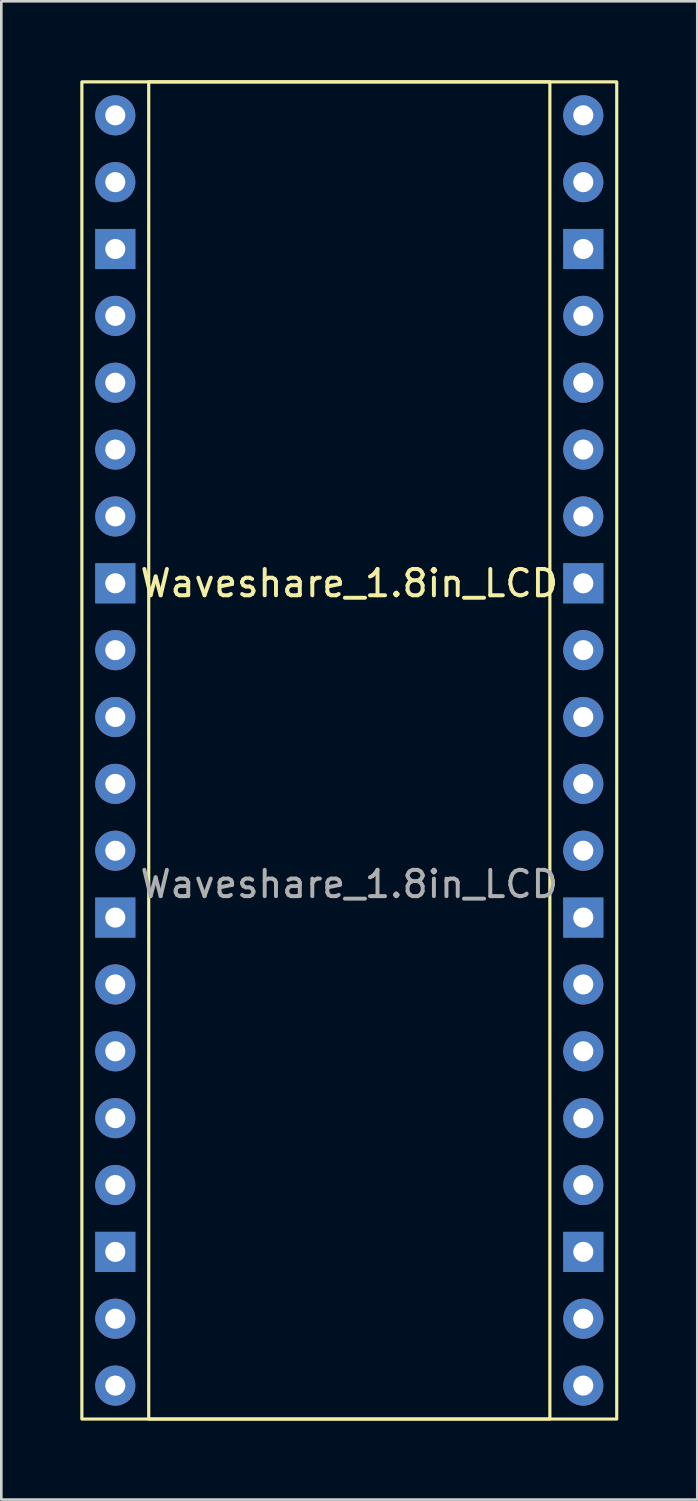
<source format=kicad_pcb>
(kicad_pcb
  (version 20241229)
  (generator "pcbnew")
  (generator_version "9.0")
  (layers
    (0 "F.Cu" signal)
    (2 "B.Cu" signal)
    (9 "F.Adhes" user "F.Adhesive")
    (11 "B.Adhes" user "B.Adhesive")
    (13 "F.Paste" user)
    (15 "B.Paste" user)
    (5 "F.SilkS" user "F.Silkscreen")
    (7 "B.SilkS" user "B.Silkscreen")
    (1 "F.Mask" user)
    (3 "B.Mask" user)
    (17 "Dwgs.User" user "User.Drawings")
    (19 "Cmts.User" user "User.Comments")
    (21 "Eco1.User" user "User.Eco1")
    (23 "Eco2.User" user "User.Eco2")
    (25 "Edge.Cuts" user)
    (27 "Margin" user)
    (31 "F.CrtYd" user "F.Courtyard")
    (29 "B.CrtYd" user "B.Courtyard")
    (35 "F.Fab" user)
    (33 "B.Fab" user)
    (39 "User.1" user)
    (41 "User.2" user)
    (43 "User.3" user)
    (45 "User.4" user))
  (footprint "Waveshare_1.8in_LCD"
    (layer "F.Cu")
    (at 10.22 24.19)
    (property "Reference" "Waveshare_1.8in_LCD" (at 0 -5.08 0) (unlocked yes) (layer "F.SilkS") (effects (font (size 1 1) (thickness 0.15))))
    (attr through_hole)
    (fp_rect (start -10.16 -24.13) (end 10.16 26.67) (stroke (width 0.12) (type solid)) (fill no) (layer "F.SilkS"))
    (fp_rect (start 7.62 -24.13) (end -7.62 26.67) (stroke (width 0.12) (type solid)) (fill no) (layer "F.SilkS"))
    (fp_text user "${REFERENCE}" (at 0 6.35 0) (unlocked yes) (layer "F.Fab") (effects (font (size 1 1) (thickness 0.15))))
    (pad "1" thru_hole circle (at -8.89 -22.86) (size 1.524 1.524) (drill 0.762) (layers "*.Cu" "*.Mask"))
    (pad "2" thru_hole circle (at -8.89 -20.32) (size 1.524 1.524) (drill 0.762) (layers "*.Cu" "*.Mask"))
    (pad "3" thru_hole rect (at -8.89 -17.78) (size 1.524 1.524) (drill 0.762) (layers "*.Cu" "*.Mask"))
    (pad "4" thru_hole circle (at -8.89 -15.24) (size 1.524 1.524) (drill 0.762) (layers "*.Cu" "*.Mask"))
    (pad "5" thru_hole circle (at -8.89 -12.7) (size 1.524 1.524) (drill 0.762) (layers "*.Cu" "*.Mask"))
    (pad "6" thru_hole circle (at -8.89 -7.62) (size 1.524 1.524) (drill 0.762) (layers "*.Cu" "*.Mask"))
    (pad "7" thru_hole circle (at -8.89 -10.16) (size 1.524 1.524) (drill 0.762) (layers "*.Cu" "*.Mask"))
    (pad "8" thru_hole rect (at -8.89 -5.08) (size 1.524 1.524) (drill 0.762) (layers "*.Cu" "*.Mask"))
    (pad "9" thru_hole circle (at -8.89 -2.54) (size 1.524 1.524) (drill 0.762) (layers "*.Cu" "*.Mask"))
    (pad "10" thru_hole circle (at -8.89 0) (size 1.524 1.524) (drill 0.762) (layers "*.Cu" "*.Mask"))
    (pad "11" thru_hole circle (at -8.89 2.54) (size 1.524 1.524) (drill 0.762) (layers "*.Cu" "*.Mask"))
    (pad "12" thru_hole circle (at -8.89 5.08) (size 1.524 1.524) (drill 0.762) (layers "*.Cu" "*.Mask"))
    (pad "13" thru_hole rect (at -8.89 7.62) (size 1.524 1.524) (drill 0.762) (layers "*.Cu" "*.Mask"))
    (pad "14" thru_hole circle (at -8.89 10.16) (size 1.524 1.524) (drill 0.762) (layers "*.Cu" "*.Mask"))
    (pad "15" thru_hole circle (at -8.89 12.7) (size 1.524 1.524) (drill 0.762) (layers "*.Cu" "*.Mask"))
    (pad "16" thru_hole circle (at -8.89 15.24) (size 1.524 1.524) (drill 0.762) (layers "*.Cu" "*.Mask"))
    (pad "17" thru_hole circle (at -8.89 17.78) (size 1.524 1.524) (drill 0.762) (layers "*.Cu" "*.Mask"))
    (pad "18" thru_hole rect (at -8.89 20.32) (size 1.524 1.524) (drill 0.762) (layers "*.Cu" "*.Mask"))
    (pad "19" thru_hole circle (at -8.89 22.86) (size 1.524 1.524) (drill 0.762) (layers "*.Cu" "*.Mask"))
    (pad "20" thru_hole circle (at -8.89 25.4) (size 1.524 1.524) (drill 0.762) (layers "*.Cu" "*.Mask"))
    (pad "21" thru_hole circle (at 8.89 25.4) (size 1.524 1.524) (drill 0.762) (layers "*.Cu" "*.Mask"))
    (pad "22" thru_hole circle (at 8.89 22.86) (size 1.524 1.524) (drill 0.762) (layers "*.Cu" "*.Mask"))
    (pad "23" thru_hole rect (at 8.89 20.32) (size 1.524 1.524) (drill 0.762) (layers "*.Cu" "*.Mask"))
    (pad "24" thru_hole circle (at 8.89 17.78) (size 1.524 1.524) (drill 0.762) (layers "*.Cu" "*.Mask"))
    (pad "25" thru_hole circle (at 8.89 15.24) (size 1.524 1.524) (drill 0.762) (layers "*.Cu" "*.Mask"))
    (pad "26" thru_hole circle (at 8.89 12.7) (size 1.524 1.524) (drill 0.762) (layers "*.Cu" "*.Mask"))
    (pad "27" thru_hole circle (at 8.89 10.16) (size 1.524 1.524) (drill 0.762) (layers "*.Cu" "*.Mask"))
    (pad "28" thru_hole rect (at 8.89 7.62) (size 1.524 1.524) (drill 0.762) (layers "*.Cu" "*.Mask"))
    (pad "29" thru_hole circle (at 8.89 5.08) (size 1.524 1.524) (drill 0.762) (layers "*.Cu" "*.Mask"))
    (pad "30" thru_hole circle (at 8.89 2.54) (size 1.524 1.524) (drill 0.762) (layers "*.Cu" "*.Mask"))
    (pad "31" thru_hole circle (at 8.89 0) (size 1.524 1.524) (drill 0.762) (layers "*.Cu" "*.Mask"))
    (pad "32" thru_hole circle (at 8.89 -2.54) (size 1.524 1.524) (drill 0.762) (layers "*.Cu" "*.Mask"))
    (pad "33" thru_hole rect (at 8.89 -5.08) (size 1.524 1.524) (drill 0.762) (layers "*.Cu" "*.Mask"))
    (pad "34" thru_hole circle (at 8.89 -7.62) (size 1.524 1.524) (drill 0.762) (layers "*.Cu" "*.Mask"))
    (pad "35" thru_hole circle (at 8.89 -10.16) (size 1.524 1.524) (drill 0.762) (layers "*.Cu" "*.Mask"))
    (pad "36" thru_hole circle (at 8.89 -12.7) (size 1.524 1.524) (drill 0.762) (layers "*.Cu" "*.Mask"))
    (pad "37" thru_hole circle (at 8.89 -15.24) (size 1.524 1.524) (drill 0.762) (layers "*.Cu" "*.Mask"))
    (pad "38" thru_hole rect (at 8.89 -17.78) (size 1.524 1.524) (drill 0.762) (layers "*.Cu" "*.Mask"))
    (pad "39" thru_hole circle (at 8.89 -20.32) (size 1.524 1.524) (drill 0.762) (layers "*.Cu" "*.Mask"))
    (pad "40" thru_hole circle (at 8.89 -22.86) (size 1.524 1.524) (drill 0.762) (layers "*.Cu" "*.Mask")))
  (gr_rect
    (start -3 -3)
    (end 23.44 53.92)
    (stroke (width 0.1) (type default))
    (fill no)
    (layer "Edge.Cuts")))
</source>
